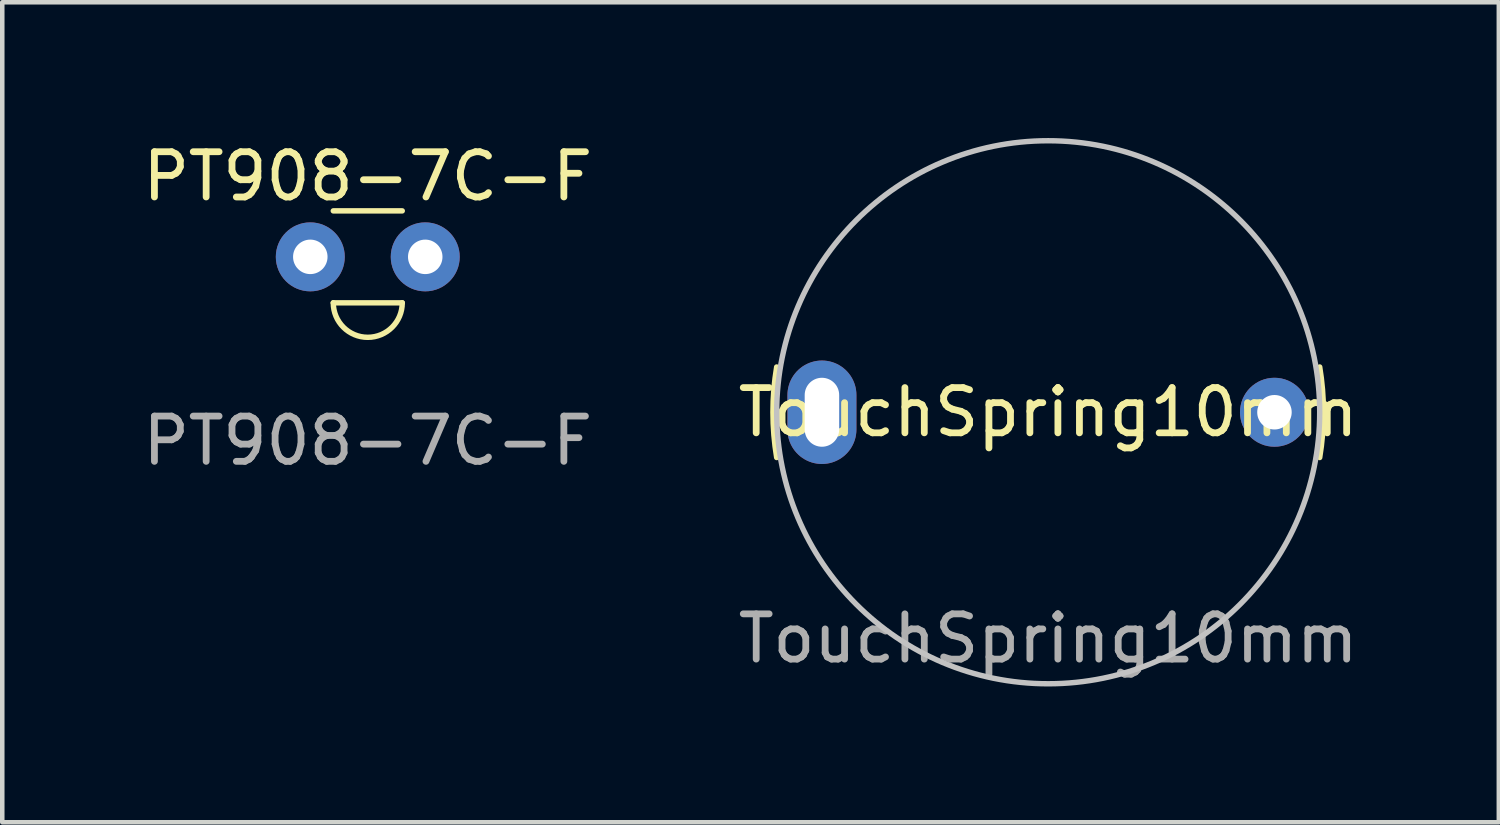
<source format=kicad_pcb>
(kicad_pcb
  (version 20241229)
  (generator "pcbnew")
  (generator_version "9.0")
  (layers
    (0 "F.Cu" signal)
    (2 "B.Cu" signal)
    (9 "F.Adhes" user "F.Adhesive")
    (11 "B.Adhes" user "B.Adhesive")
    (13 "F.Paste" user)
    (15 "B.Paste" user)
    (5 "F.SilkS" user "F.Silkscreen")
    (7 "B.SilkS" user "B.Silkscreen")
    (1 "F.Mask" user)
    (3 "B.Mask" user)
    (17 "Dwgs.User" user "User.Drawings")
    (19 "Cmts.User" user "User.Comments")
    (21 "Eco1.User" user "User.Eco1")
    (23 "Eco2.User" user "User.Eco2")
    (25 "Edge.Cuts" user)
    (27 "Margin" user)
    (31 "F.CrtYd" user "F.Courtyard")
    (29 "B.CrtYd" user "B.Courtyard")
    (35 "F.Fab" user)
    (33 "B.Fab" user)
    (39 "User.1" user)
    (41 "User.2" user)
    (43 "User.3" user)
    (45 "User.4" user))
  (footprint "TouchSpring10mm"
    (layer "F.Cu")
    (at 20.113 6.06)
    (property "Reference" "TouchSpring10mm" (at 0 0 0) (unlocked yes) (layer "F.SilkS") (effects (font (size 1 1) (thickness 0.15))))
    (attr through_hole)
    (fp_arc (start -5.999999 1) (mid -6.082762 0) (end -5.999999 -1) (stroke (width 0.12) (type solid)) (layer "F.SilkS"))
    (fp_arc (start 5.999999 -1) (mid 6.082762 0) (end 5.999999 1) (stroke (width 0.12) (type solid)) (layer "F.SilkS"))
    (fp_circle (center 0 0) (end 6 0) (stroke (width 0.12) (type solid)) (fill no) (layer "Dwgs.User"))
    (fp_text user "${REFERENCE}" (at 0 5 0) (unlocked yes) (layer "F.Fab") (effects (font (size 1 1) (thickness 0.15))))
    (pad "1" thru_hole oval (at -5 0) (size 1.524 2.286) (drill oval 0.762 1.524) (layers "*.Cu" "*.Mask"))
    (pad "2" thru_hole circle (at 5 0) (size 1.524 1.524) (drill 0.762) (layers "*.Cu" "*.Mask")))
  (footprint "PT908-7C-F"
    (layer "F.Cu")
    (at 3.807 2.626)
    (property "Reference" "PT908-7C-F" (at 1.27 -1.778 0) (unlocked yes) (layer "F.SilkS") (effects (font (size 1 1) (thickness 0.15))))
    (attr through_hole)
    (fp_line (start 0.508 -1.016) (end 2.032 -1.016) (stroke (width 0.12) (type solid)) (layer "F.SilkS"))
    (fp_line (start 0.508 1.016) (end 2.032 1.016) (stroke (width 0.12) (type solid)) (layer "F.SilkS"))
    (fp_arc (start 2.032 1.016) (mid 1.27 1.778) (end 0.508 1.016) (stroke (width 0.12) (type solid)) (layer "F.SilkS"))
    (fp_text user "${REFERENCE}" (at 1.27 4.064 0) (unlocked yes) (layer "F.Fab") (effects (font (size 1 1) (thickness 0.15))))
    (pad "1" thru_hole circle (at 0 0) (size 1.524 1.524) (drill 0.762) (layers "*.Cu" "*.Mask"))
    (pad "2" thru_hole circle (at 2.54 0) (size 1.524 1.524) (drill 0.762) (layers "*.Cu" "*.Mask")))
  (gr_rect
    (start -3 -3)
    (end 30.071 15.12)
    (stroke (width 0.1) (type default))
    (fill no)
    (layer "Edge.Cuts")))
</source>
